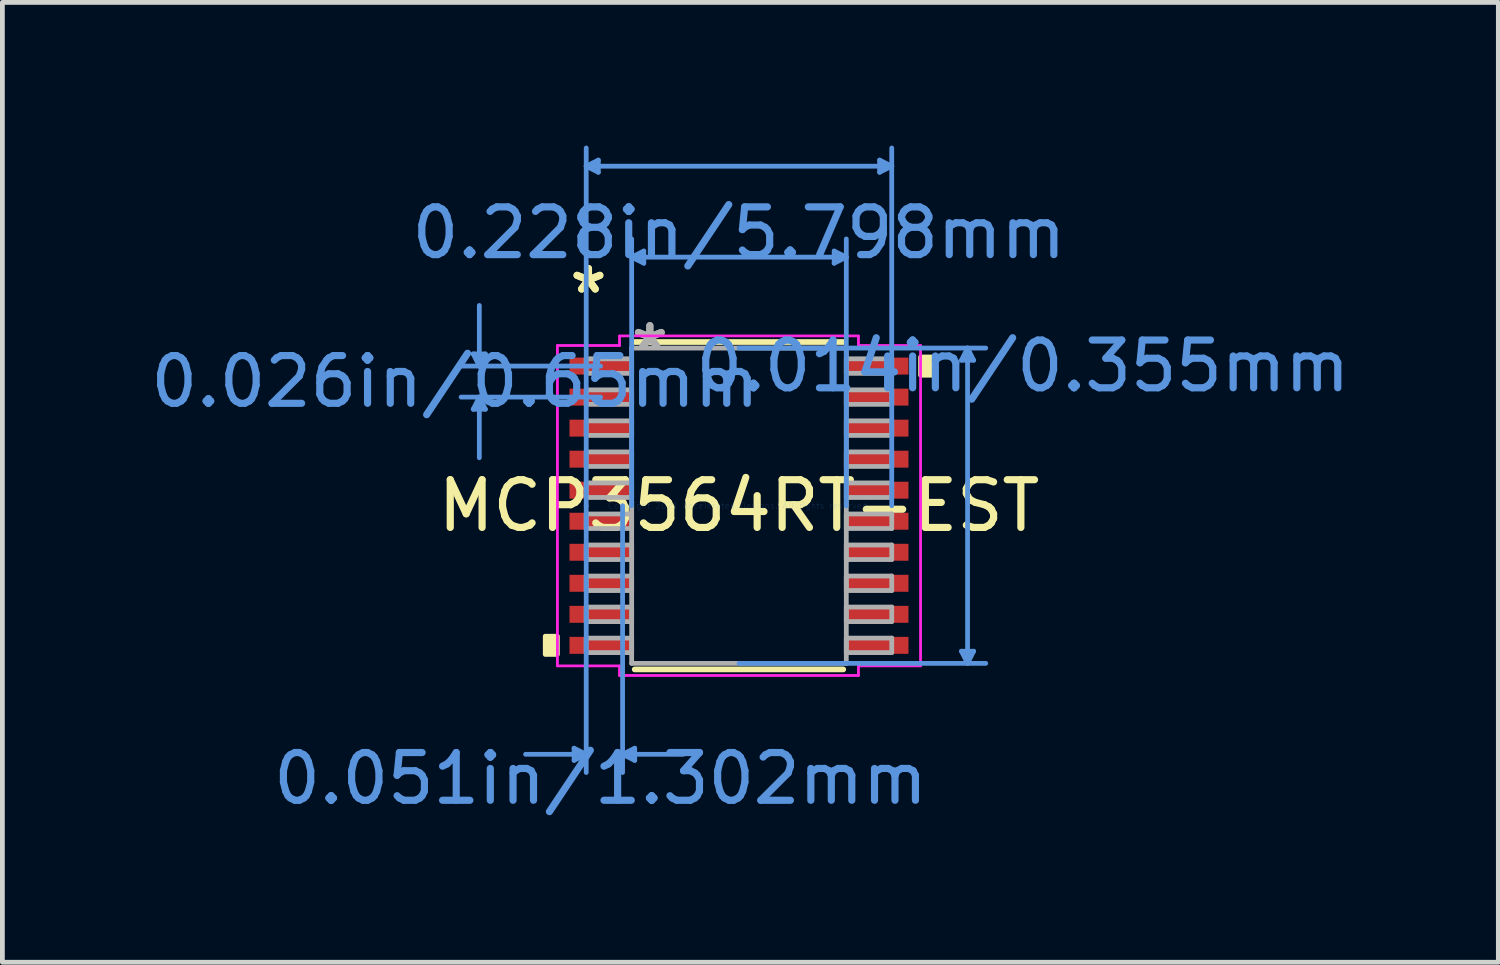
<source format=kicad_pcb>
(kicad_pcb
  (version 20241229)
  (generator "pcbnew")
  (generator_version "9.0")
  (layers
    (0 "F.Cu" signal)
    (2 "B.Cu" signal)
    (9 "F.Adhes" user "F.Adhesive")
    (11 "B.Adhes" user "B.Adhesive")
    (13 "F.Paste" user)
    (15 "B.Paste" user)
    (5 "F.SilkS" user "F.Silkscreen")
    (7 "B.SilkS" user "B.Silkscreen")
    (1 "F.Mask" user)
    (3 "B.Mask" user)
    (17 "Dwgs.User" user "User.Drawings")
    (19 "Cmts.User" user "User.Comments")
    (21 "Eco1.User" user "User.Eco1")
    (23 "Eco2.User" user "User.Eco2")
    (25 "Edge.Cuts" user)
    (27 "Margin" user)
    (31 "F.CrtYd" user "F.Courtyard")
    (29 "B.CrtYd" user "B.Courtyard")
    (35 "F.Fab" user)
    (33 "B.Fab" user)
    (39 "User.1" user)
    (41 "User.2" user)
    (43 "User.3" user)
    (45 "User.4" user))
  (footprint "MCP3564RT-EST"
    (layer "F.Cu")
    (at 12.429 7.543)
    (property "Reference" "MCP3564RT-EST" (at 0 0 0) (layer "F.SilkS") (effects (font (size 1 1) (thickness 0.15))))
    (attr through_hole)
    (fp_line (start -2.184 3.429) (end 2.184 3.429) (stroke (width 0.12) (type solid)) (layer "F.SilkS"))
    (fp_line (start 2.184 -3.429) (end -2.184 -3.429) (stroke (width 0.12) (type solid)) (layer "F.SilkS"))
    (fp_poly (pts (xy -4.058 2.734) (xy -4.058 3.115) (xy -3.804 3.115) (xy -3.804 2.734)) (stroke (width 0.1) (type solid)) (fill yes) (layer "F.SilkS"))
    (fp_poly (pts (xy 4.058 -3.115) (xy 4.058 -2.734) (xy 3.804 -2.734) (xy 3.804 -3.115)) (stroke (width 0.1) (type solid)) (fill yes) (layer "F.SilkS"))
    (fp_line (start -5.566 -3.179) (end -5.312 -3.179) (stroke (width 0.1) (type solid)) (layer "Cmts.User"))
    (fp_line (start -5.566 -2.021) (end -5.312 -2.021) (stroke (width 0.1) (type solid)) (layer "Cmts.User"))
    (fp_line (start -5.439 -2.925) (end -5.566 -3.179) (stroke (width 0.1) (type solid)) (layer "Cmts.User"))
    (fp_line (start -5.439 -2.925) (end -5.439 -4.195) (stroke (width 0.1) (type solid)) (layer "Cmts.User"))
    (fp_line (start -5.439 -2.925) (end -5.312 -3.179) (stroke (width 0.1) (type solid)) (layer "Cmts.User"))
    (fp_line (start -5.439 -2.275) (end -5.566 -2.021) (stroke (width 0.1) (type solid)) (layer "Cmts.User"))
    (fp_line (start -5.439 -2.275) (end -5.439 -1.005) (stroke (width 0.1) (type solid)) (layer "Cmts.User"))
    (fp_line (start -5.439 -2.275) (end -5.312 -2.021) (stroke (width 0.1) (type solid)) (layer "Cmts.User"))
    (fp_line (start -3.454 5.08) (end -3.454 5.334) (stroke (width 0.1) (type solid)) (layer "Cmts.User"))
    (fp_line (start -3.2 -7.112) (end -2.946 -7.239) (stroke (width 0.1) (type solid)) (layer "Cmts.User"))
    (fp_line (start -3.2 -7.112) (end -2.946 -6.985) (stroke (width 0.1) (type solid)) (layer "Cmts.User"))
    (fp_line (start -3.2 -7.112) (end 3.2 -7.112) (stroke (width 0.1) (type solid)) (layer "Cmts.User"))
    (fp_line (start -3.2 0) (end -3.2 -7.493) (stroke (width 0.1) (type solid)) (layer "Cmts.User"))
    (fp_line (start -3.2 0) (end -3.2 5.588) (stroke (width 0.1) (type solid)) (layer "Cmts.User"))
    (fp_line (start -3.2 5.207) (end -4.47 5.207) (stroke (width 0.1) (type solid)) (layer "Cmts.User"))
    (fp_line (start -3.2 5.207) (end -3.454 5.08) (stroke (width 0.1) (type solid)) (layer "Cmts.User"))
    (fp_line (start -3.2 5.207) (end -3.454 5.334) (stroke (width 0.1) (type solid)) (layer "Cmts.User"))
    (fp_line (start -2.946 -7.239) (end -2.946 -6.985) (stroke (width 0.1) (type solid)) (layer "Cmts.User"))
    (fp_line (start -2.899 -2.925) (end -5.82 -2.925) (stroke (width 0.1) (type solid)) (layer "Cmts.User"))
    (fp_line (start -2.899 -2.275) (end -5.82 -2.275) (stroke (width 0.1) (type solid)) (layer "Cmts.User"))
    (fp_line (start -2.438 0) (end -2.438 5.588) (stroke (width 0.1) (type solid)) (layer "Cmts.User"))
    (fp_line (start -2.438 5.207) (end -2.184 5.08) (stroke (width 0.1) (type solid)) (layer "Cmts.User"))
    (fp_line (start -2.438 5.207) (end -2.184 5.334) (stroke (width 0.1) (type solid)) (layer "Cmts.User"))
    (fp_line (start -2.438 5.207) (end -1.168 5.207) (stroke (width 0.1) (type solid)) (layer "Cmts.User"))
    (fp_line (start -2.248 -5.207) (end -1.994 -5.334) (stroke (width 0.1) (type solid)) (layer "Cmts.User"))
    (fp_line (start -2.248 -5.207) (end -1.994 -5.08) (stroke (width 0.1) (type solid)) (layer "Cmts.User"))
    (fp_line (start -2.248 -5.207) (end 2.248 -5.207) (stroke (width 0.1) (type solid)) (layer "Cmts.User"))
    (fp_line (start -2.248 0) (end -2.248 -5.588) (stroke (width 0.1) (type solid)) (layer "Cmts.User"))
    (fp_line (start -2.184 5.08) (end -2.184 5.334) (stroke (width 0.1) (type solid)) (layer "Cmts.User"))
    (fp_line (start -1.994 -5.334) (end -1.994 -5.08) (stroke (width 0.1) (type solid)) (layer "Cmts.User"))
    (fp_line (start 0 -3.302) (end 5.169 -3.302) (stroke (width 0.1) (type solid)) (layer "Cmts.User"))
    (fp_line (start 0 3.302) (end 5.169 3.302) (stroke (width 0.1) (type solid)) (layer "Cmts.User"))
    (fp_line (start 1.994 -5.334) (end 1.994 -5.08) (stroke (width 0.1) (type solid)) (layer "Cmts.User"))
    (fp_line (start 2.248 -5.207) (end 1.994 -5.334) (stroke (width 0.1) (type solid)) (layer "Cmts.User"))
    (fp_line (start 2.248 -5.207) (end 1.994 -5.08) (stroke (width 0.1) (type solid)) (layer "Cmts.User"))
    (fp_line (start 2.248 0) (end 2.248 -5.588) (stroke (width 0.1) (type solid)) (layer "Cmts.User"))
    (fp_line (start 2.946 -7.239) (end 2.946 -6.985) (stroke (width 0.1) (type solid)) (layer "Cmts.User"))
    (fp_line (start 3.2 -7.112) (end 2.946 -7.239) (stroke (width 0.1) (type solid)) (layer "Cmts.User"))
    (fp_line (start 3.2 -7.112) (end 2.946 -6.985) (stroke (width 0.1) (type solid)) (layer "Cmts.User"))
    (fp_line (start 3.2 0) (end 3.2 -7.493) (stroke (width 0.1) (type solid)) (layer "Cmts.User"))
    (fp_line (start 4.661 -3.048) (end 4.915 -3.048) (stroke (width 0.1) (type solid)) (layer "Cmts.User"))
    (fp_line (start 4.661 3.048) (end 4.915 3.048) (stroke (width 0.1) (type solid)) (layer "Cmts.User"))
    (fp_line (start 4.788 -3.302) (end 4.661 -3.048) (stroke (width 0.1) (type solid)) (layer "Cmts.User"))
    (fp_line (start 4.788 -3.302) (end 4.788 3.302) (stroke (width 0.1) (type solid)) (layer "Cmts.User"))
    (fp_line (start 4.788 -3.302) (end 4.915 -3.048) (stroke (width 0.1) (type solid)) (layer "Cmts.User"))
    (fp_line (start 4.788 3.302) (end 4.661 3.048) (stroke (width 0.1) (type solid)) (layer "Cmts.User"))
    (fp_line (start 4.788 3.302) (end 4.915 3.048) (stroke (width 0.1) (type solid)) (layer "Cmts.User"))
    (fp_line (start -3.804 -3.356) (end -2.502 -3.356) (stroke (width 0.05) (type solid)) (layer "F.CrtYd"))
    (fp_line (start -3.804 -3.356) (end -2.502 -3.356) (stroke (width 0.05) (type solid)) (layer "F.CrtYd"))
    (fp_line (start -3.804 3.356) (end -3.804 -3.356) (stroke (width 0.05) (type solid)) (layer "F.CrtYd"))
    (fp_line (start -3.804 3.356) (end -3.804 -3.356) (stroke (width 0.05) (type solid)) (layer "F.CrtYd"))
    (fp_line (start -3.804 3.356) (end -2.502 3.356) (stroke (width 0.05) (type solid)) (layer "F.CrtYd"))
    (fp_line (start -2.502 -3.556) (end 2.502 -3.556) (stroke (width 0.05) (type solid)) (layer "F.CrtYd"))
    (fp_line (start -2.502 -3.556) (end 2.502 -3.556) (stroke (width 0.05) (type solid)) (layer "F.CrtYd"))
    (fp_line (start -2.502 -3.356) (end -2.502 -3.556) (stroke (width 0.05) (type solid)) (layer "F.CrtYd"))
    (fp_line (start -2.502 -3.356) (end -2.502 -3.556) (stroke (width 0.05) (type solid)) (layer "F.CrtYd"))
    (fp_line (start -2.502 3.356) (end -3.804 3.356) (stroke (width 0.05) (type solid)) (layer "F.CrtYd"))
    (fp_line (start -2.502 3.556) (end -2.502 3.356) (stroke (width 0.05) (type solid)) (layer "F.CrtYd"))
    (fp_line (start -2.502 3.556) (end -2.502 3.356) (stroke (width 0.05) (type solid)) (layer "F.CrtYd"))
    (fp_line (start 2.502 -3.556) (end 2.502 -3.356) (stroke (width 0.05) (type solid)) (layer "F.CrtYd"))
    (fp_line (start 2.502 -3.556) (end 2.502 -3.356) (stroke (width 0.05) (type solid)) (layer "F.CrtYd"))
    (fp_line (start 2.502 -3.356) (end 3.804 -3.356) (stroke (width 0.05) (type solid)) (layer "F.CrtYd"))
    (fp_line (start 2.502 3.356) (end 2.502 3.556) (stroke (width 0.05) (type solid)) (layer "F.CrtYd"))
    (fp_line (start 2.502 3.356) (end 2.502 3.556) (stroke (width 0.05) (type solid)) (layer "F.CrtYd"))
    (fp_line (start 2.502 3.556) (end -2.502 3.556) (stroke (width 0.05) (type solid)) (layer "F.CrtYd"))
    (fp_line (start 2.502 3.556) (end -2.502 3.556) (stroke (width 0.05) (type solid)) (layer "F.CrtYd"))
    (fp_line (start 3.804 -3.356) (end 2.502 -3.356) (stroke (width 0.05) (type solid)) (layer "F.CrtYd"))
    (fp_line (start 3.804 -3.356) (end 3.804 3.356) (stroke (width 0.05) (type solid)) (layer "F.CrtYd"))
    (fp_line (start 3.804 -3.356) (end 3.804 3.356) (stroke (width 0.05) (type solid)) (layer "F.CrtYd"))
    (fp_line (start 3.804 3.356) (end 2.502 3.356) (stroke (width 0.05) (type solid)) (layer "F.CrtYd"))
    (fp_line (start 3.804 3.356) (end 2.502 3.356) (stroke (width 0.05) (type solid)) (layer "F.CrtYd"))
    (fp_line (start -3.2 -3.077) (end -3.2 -2.773) (stroke (width 0.1) (type solid)) (layer "F.Fab"))
    (fp_line (start -3.2 -2.773) (end -2.248 -2.773) (stroke (width 0.1) (type solid)) (layer "F.Fab"))
    (fp_line (start -3.2 -2.427) (end -3.2 -2.123) (stroke (width 0.1) (type solid)) (layer "F.Fab"))
    (fp_line (start -3.2 -2.123) (end -2.248 -2.123) (stroke (width 0.1) (type solid)) (layer "F.Fab"))
    (fp_line (start -3.2 -1.777) (end -3.2 -1.473) (stroke (width 0.1) (type solid)) (layer "F.Fab"))
    (fp_line (start -3.2 -1.473) (end -2.248 -1.473) (stroke (width 0.1) (type solid)) (layer "F.Fab"))
    (fp_line (start -3.2 -1.127) (end -3.2 -0.823) (stroke (width 0.1) (type solid)) (layer "F.Fab"))
    (fp_line (start -3.2 -0.823) (end -2.248 -0.823) (stroke (width 0.1) (type solid)) (layer "F.Fab"))
    (fp_line (start -3.2 -0.477) (end -3.2 -0.173) (stroke (width 0.1) (type solid)) (layer "F.Fab"))
    (fp_line (start -3.2 -0.173) (end -2.248 -0.173) (stroke (width 0.1) (type solid)) (layer "F.Fab"))
    (fp_line (start -3.2 0.173) (end -3.2 0.477) (stroke (width 0.1) (type solid)) (layer "F.Fab"))
    (fp_line (start -3.2 0.477) (end -2.248 0.477) (stroke (width 0.1) (type solid)) (layer "F.Fab"))
    (fp_line (start -3.2 0.823) (end -3.2 1.127) (stroke (width 0.1) (type solid)) (layer "F.Fab"))
    (fp_line (start -3.2 1.127) (end -2.248 1.127) (stroke (width 0.1) (type solid)) (layer "F.Fab"))
    (fp_line (start -3.2 1.473) (end -3.2 1.777) (stroke (width 0.1) (type solid)) (layer "F.Fab"))
    (fp_line (start -3.2 1.777) (end -2.248 1.777) (stroke (width 0.1) (type solid)) (layer "F.Fab"))
    (fp_line (start -3.2 2.123) (end -3.2 2.427) (stroke (width 0.1) (type solid)) (layer "F.Fab"))
    (fp_line (start -3.2 2.427) (end -2.248 2.427) (stroke (width 0.1) (type solid)) (layer "F.Fab"))
    (fp_line (start -3.2 2.773) (end -3.2 3.077) (stroke (width 0.1) (type solid)) (layer "F.Fab"))
    (fp_line (start -3.2 3.077) (end -2.248 3.077) (stroke (width 0.1) (type solid)) (layer "F.Fab"))
    (fp_line (start -2.248 -3.302) (end -2.248 3.302) (stroke (width 0.1) (type solid)) (layer "F.Fab"))
    (fp_line (start -2.248 -3.077) (end -3.2 -3.077) (stroke (width 0.1) (type solid)) (layer "F.Fab"))
    (fp_line (start -2.248 -2.773) (end -2.248 -3.077) (stroke (width 0.1) (type solid)) (layer "F.Fab"))
    (fp_line (start -2.248 -2.427) (end -3.2 -2.427) (stroke (width 0.1) (type solid)) (layer "F.Fab"))
    (fp_line (start -2.248 -2.123) (end -2.248 -2.427) (stroke (width 0.1) (type solid)) (layer "F.Fab"))
    (fp_line (start -2.248 -1.777) (end -3.2 -1.777) (stroke (width 0.1) (type solid)) (layer "F.Fab"))
    (fp_line (start -2.248 -1.473) (end -2.248 -1.777) (stroke (width 0.1) (type solid)) (layer "F.Fab"))
    (fp_line (start -2.248 -1.127) (end -3.2 -1.127) (stroke (width 0.1) (type solid)) (layer "F.Fab"))
    (fp_line (start -2.248 -0.823) (end -2.248 -1.127) (stroke (width 0.1) (type solid)) (layer "F.Fab"))
    (fp_line (start -2.248 -0.477) (end -3.2 -0.477) (stroke (width 0.1) (type solid)) (layer "F.Fab"))
    (fp_line (start -2.248 -0.173) (end -2.248 -0.477) (stroke (width 0.1) (type solid)) (layer "F.Fab"))
    (fp_line (start -2.248 0.173) (end -3.2 0.173) (stroke (width 0.1) (type solid)) (layer "F.Fab"))
    (fp_line (start -2.248 0.477) (end -2.248 0.173) (stroke (width 0.1) (type solid)) (layer "F.Fab"))
    (fp_line (start -2.248 0.823) (end -3.2 0.823) (stroke (width 0.1) (type solid)) (layer "F.Fab"))
    (fp_line (start -2.248 1.127) (end -2.248 0.823) (stroke (width 0.1) (type solid)) (layer "F.Fab"))
    (fp_line (start -2.248 1.473) (end -3.2 1.473) (stroke (width 0.1) (type solid)) (layer "F.Fab"))
    (fp_line (start -2.248 1.777) (end -2.248 1.473) (stroke (width 0.1) (type solid)) (layer "F.Fab"))
    (fp_line (start -2.248 2.123) (end -3.2 2.123) (stroke (width 0.1) (type solid)) (layer "F.Fab"))
    (fp_line (start -2.248 2.427) (end -2.248 2.123) (stroke (width 0.1) (type solid)) (layer "F.Fab"))
    (fp_line (start -2.248 2.773) (end -3.2 2.773) (stroke (width 0.1) (type solid)) (layer "F.Fab"))
    (fp_line (start -2.248 3.077) (end -2.248 2.773) (stroke (width 0.1) (type solid)) (layer "F.Fab"))
    (fp_line (start -2.248 3.302) (end 2.248 3.302) (stroke (width 0.1) (type solid)) (layer "F.Fab"))
    (fp_line (start 2.248 -3.302) (end -2.248 -3.302) (stroke (width 0.1) (type solid)) (layer "F.Fab"))
    (fp_line (start 2.248 -3.077) (end 2.248 -2.773) (stroke (width 0.1) (type solid)) (layer "F.Fab"))
    (fp_line (start 2.248 -2.773) (end 3.2 -2.773) (stroke (width 0.1) (type solid)) (layer "F.Fab"))
    (fp_line (start 2.248 -2.427) (end 2.248 -2.123) (stroke (width 0.1) (type solid)) (layer "F.Fab"))
    (fp_line (start 2.248 -2.123) (end 3.2 -2.123) (stroke (width 0.1) (type solid)) (layer "F.Fab"))
    (fp_line (start 2.248 -1.777) (end 2.248 -1.473) (stroke (width 0.1) (type solid)) (layer "F.Fab"))
    (fp_line (start 2.248 -1.473) (end 3.2 -1.473) (stroke (width 0.1) (type solid)) (layer "F.Fab"))
    (fp_line (start 2.248 -1.127) (end 2.248 -0.823) (stroke (width 0.1) (type solid)) (layer "F.Fab"))
    (fp_line (start 2.248 -0.823) (end 3.2 -0.823) (stroke (width 0.1) (type solid)) (layer "F.Fab"))
    (fp_line (start 2.248 -0.477) (end 2.248 -0.173) (stroke (width 0.1) (type solid)) (layer "F.Fab"))
    (fp_line (start 2.248 -0.173) (end 3.2 -0.173) (stroke (width 0.1) (type solid)) (layer "F.Fab"))
    (fp_line (start 2.248 0.173) (end 2.248 0.477) (stroke (width 0.1) (type solid)) (layer "F.Fab"))
    (fp_line (start 2.248 0.477) (end 3.2 0.477) (stroke (width 0.1) (type solid)) (layer "F.Fab"))
    (fp_line (start 2.248 0.823) (end 2.248 1.127) (stroke (width 0.1) (type solid)) (layer "F.Fab"))
    (fp_line (start 2.248 1.127) (end 3.2 1.127) (stroke (width 0.1) (type solid)) (layer "F.Fab"))
    (fp_line (start 2.248 1.473) (end 2.248 1.777) (stroke (width 0.1) (type solid)) (layer "F.Fab"))
    (fp_line (start 2.248 1.777) (end 3.2 1.777) (stroke (width 0.1) (type solid)) (layer "F.Fab"))
    (fp_line (start 2.248 2.123) (end 2.248 2.427) (stroke (width 0.1) (type solid)) (layer "F.Fab"))
    (fp_line (start 2.248 2.427) (end 3.2 2.427) (stroke (width 0.1) (type solid)) (layer "F.Fab"))
    (fp_line (start 2.248 2.773) (end 2.248 3.077) (stroke (width 0.1) (type solid)) (layer "F.Fab"))
    (fp_line (start 2.248 3.077) (end 3.2 3.077) (stroke (width 0.1) (type solid)) (layer "F.Fab"))
    (fp_line (start 2.248 3.302) (end 2.248 -3.302) (stroke (width 0.1) (type solid)) (layer "F.Fab"))
    (fp_line (start 3.2 -3.077) (end 2.248 -3.077) (stroke (width 0.1) (type solid)) (layer "F.Fab"))
    (fp_line (start 3.2 -2.773) (end 3.2 -3.077) (stroke (width 0.1) (type solid)) (layer "F.Fab"))
    (fp_line (start 3.2 -2.427) (end 2.248 -2.427) (stroke (width 0.1) (type solid)) (layer "F.Fab"))
    (fp_line (start 3.2 -2.123) (end 3.2 -2.427) (stroke (width 0.1) (type solid)) (layer "F.Fab"))
    (fp_line (start 3.2 -1.777) (end 2.248 -1.777) (stroke (width 0.1) (type solid)) (layer "F.Fab"))
    (fp_line (start 3.2 -1.473) (end 3.2 -1.777) (stroke (width 0.1) (type solid)) (layer "F.Fab"))
    (fp_line (start 3.2 -1.127) (end 2.248 -1.127) (stroke (width 0.1) (type solid)) (layer "F.Fab"))
    (fp_line (start 3.2 -0.823) (end 3.2 -1.127) (stroke (width 0.1) (type solid)) (layer "F.Fab"))
    (fp_line (start 3.2 -0.477) (end 2.248 -0.477) (stroke (width 0.1) (type solid)) (layer "F.Fab"))
    (fp_line (start 3.2 -0.173) (end 3.2 -0.477) (stroke (width 0.1) (type solid)) (layer "F.Fab"))
    (fp_line (start 3.2 0.173) (end 2.248 0.173) (stroke (width 0.1) (type solid)) (layer "F.Fab"))
    (fp_line (start 3.2 0.477) (end 3.2 0.173) (stroke (width 0.1) (type solid)) (layer "F.Fab"))
    (fp_line (start 3.2 0.823) (end 2.248 0.823) (stroke (width 0.1) (type solid)) (layer "F.Fab"))
    (fp_line (start 3.2 1.127) (end 3.2 0.823) (stroke (width 0.1) (type solid)) (layer "F.Fab"))
    (fp_line (start 3.2 1.473) (end 2.248 1.473) (stroke (width 0.1) (type solid)) (layer "F.Fab"))
    (fp_line (start 3.2 1.777) (end 3.2 1.473) (stroke (width 0.1) (type solid)) (layer "F.Fab"))
    (fp_line (start 3.2 2.123) (end 2.248 2.123) (stroke (width 0.1) (type solid)) (layer "F.Fab"))
    (fp_line (start 3.2 2.427) (end 3.2 2.123) (stroke (width 0.1) (type solid)) (layer "F.Fab"))
    (fp_line (start 3.2 2.773) (end 2.248 2.773) (stroke (width 0.1) (type solid)) (layer "F.Fab"))
    (fp_line (start 3.2 3.077) (end 3.2 2.773) (stroke (width 0.1) (type solid)) (layer "F.Fab"))
    (fp_text user "*" (at -3.153 -4.423 0) (layer "F.SilkS") (effects (font (size 1 1) (thickness 0.15))))
    (fp_text user "*" (at -3.153 -4.423 0) (layer "F.SilkS") (effects (font (size 1 1) (thickness 0.15))))
    (fp_text user "0.228in/5.798mm" (at 0 -5.715 0) (layer "Cmts.User") (effects (font (size 1 1) (thickness 0.15))))
    (fp_text user "0.051in/1.302mm" (at -2.899 5.715 0) (layer "Cmts.User") (effects (font (size 1 1) (thickness 0.15))))
    (fp_text user "Copyright 2021 Accelerated Designs. All rights reserved." (at 0 0 0) (layer "Cmts.User") (effects (font (size 0.127 0.127) (thickness 0.002))))
    (fp_text user "0.014in/0.355mm" (at 5.947 -2.925 0) (layer "Cmts.User") (effects (font (size 1 1) (thickness 0.15))))
    (fp_text user "0.026in/0.65mm" (at -5.947 -2.6 0) (layer "Cmts.User") (effects (font (size 1 1) (thickness 0.15))))
    (fp_text user "*" (at -1.867 -3.226 0) (layer "F.Fab") (effects (font (size 1 1) (thickness 0.15))))
    (fp_text user "*" (at -1.867 -3.226 0) (layer "F.Fab") (effects (font (size 1 1) (thickness 0.15))))
    (pad "1" smd rect (at -2.899 -2.925) (size 1.302 0.355) (layers "F.Cu" "F.Mask" "F.Paste"))
    (pad "2" smd rect (at -2.899 -2.275) (size 1.302 0.355) (layers "F.Cu" "F.Mask" "F.Paste"))
    (pad "3" smd rect (at -2.899 -1.625) (size 1.302 0.355) (layers "F.Cu" "F.Mask" "F.Paste"))
    (pad "4" smd rect (at -2.899 -0.975) (size 1.302 0.355) (layers "F.Cu" "F.Mask" "F.Paste"))
    (pad "5" smd rect (at -2.899 -0.325) (size 1.302 0.355) (layers "F.Cu" "F.Mask" "F.Paste"))
    (pad "6" smd rect (at -2.899 0.325) (size 1.302 0.355) (layers "F.Cu" "F.Mask" "F.Paste"))
    (pad "7" smd rect (at -2.899 0.975) (size 1.302 0.355) (layers "F.Cu" "F.Mask" "F.Paste"))
    (pad "8" smd rect (at -2.899 1.625) (size 1.302 0.355) (layers "F.Cu" "F.Mask" "F.Paste"))
    (pad "9" smd rect (at -2.899 2.275) (size 1.302 0.355) (layers "F.Cu" "F.Mask" "F.Paste"))
    (pad "10" smd rect (at -2.899 2.925) (size 1.302 0.355) (layers "F.Cu" "F.Mask" "F.Paste"))
    (pad "11" smd rect (at 2.899 2.925) (size 1.302 0.355) (layers "F.Cu" "F.Mask" "F.Paste"))
    (pad "12" smd rect (at 2.899 2.275) (size 1.302 0.355) (layers "F.Cu" "F.Mask" "F.Paste"))
    (pad "13" smd rect (at 2.899 1.625) (size 1.302 0.355) (layers "F.Cu" "F.Mask" "F.Paste"))
    (pad "14" smd rect (at 2.899 0.975) (size 1.302 0.355) (layers "F.Cu" "F.Mask" "F.Paste"))
    (pad "15" smd rect (at 2.899 0.325) (size 1.302 0.355) (layers "F.Cu" "F.Mask" "F.Paste"))
    (pad "16" smd rect (at 2.899 -0.325) (size 1.302 0.355) (layers "F.Cu" "F.Mask" "F.Paste"))
    (pad "17" smd rect (at 2.899 -0.975) (size 1.302 0.355) (layers "F.Cu" "F.Mask" "F.Paste"))
    (pad "18" smd rect (at 2.899 -1.625) (size 1.302 0.355) (layers "F.Cu" "F.Mask" "F.Paste"))
    (pad "19" smd rect (at 2.899 -2.275) (size 1.302 0.355) (layers "F.Cu" "F.Mask" "F.Paste"))
    (pad "20" smd rect (at 2.899 -2.925) (size 1.302 0.355) (layers "F.Cu" "F.Mask" "F.Paste")))
  (gr_rect
    (start -3 -3)
    (end 28.335 17.106)
    (stroke (width 0.1) (type default))
    (fill no)
    (layer "Edge.Cuts")))
</source>
